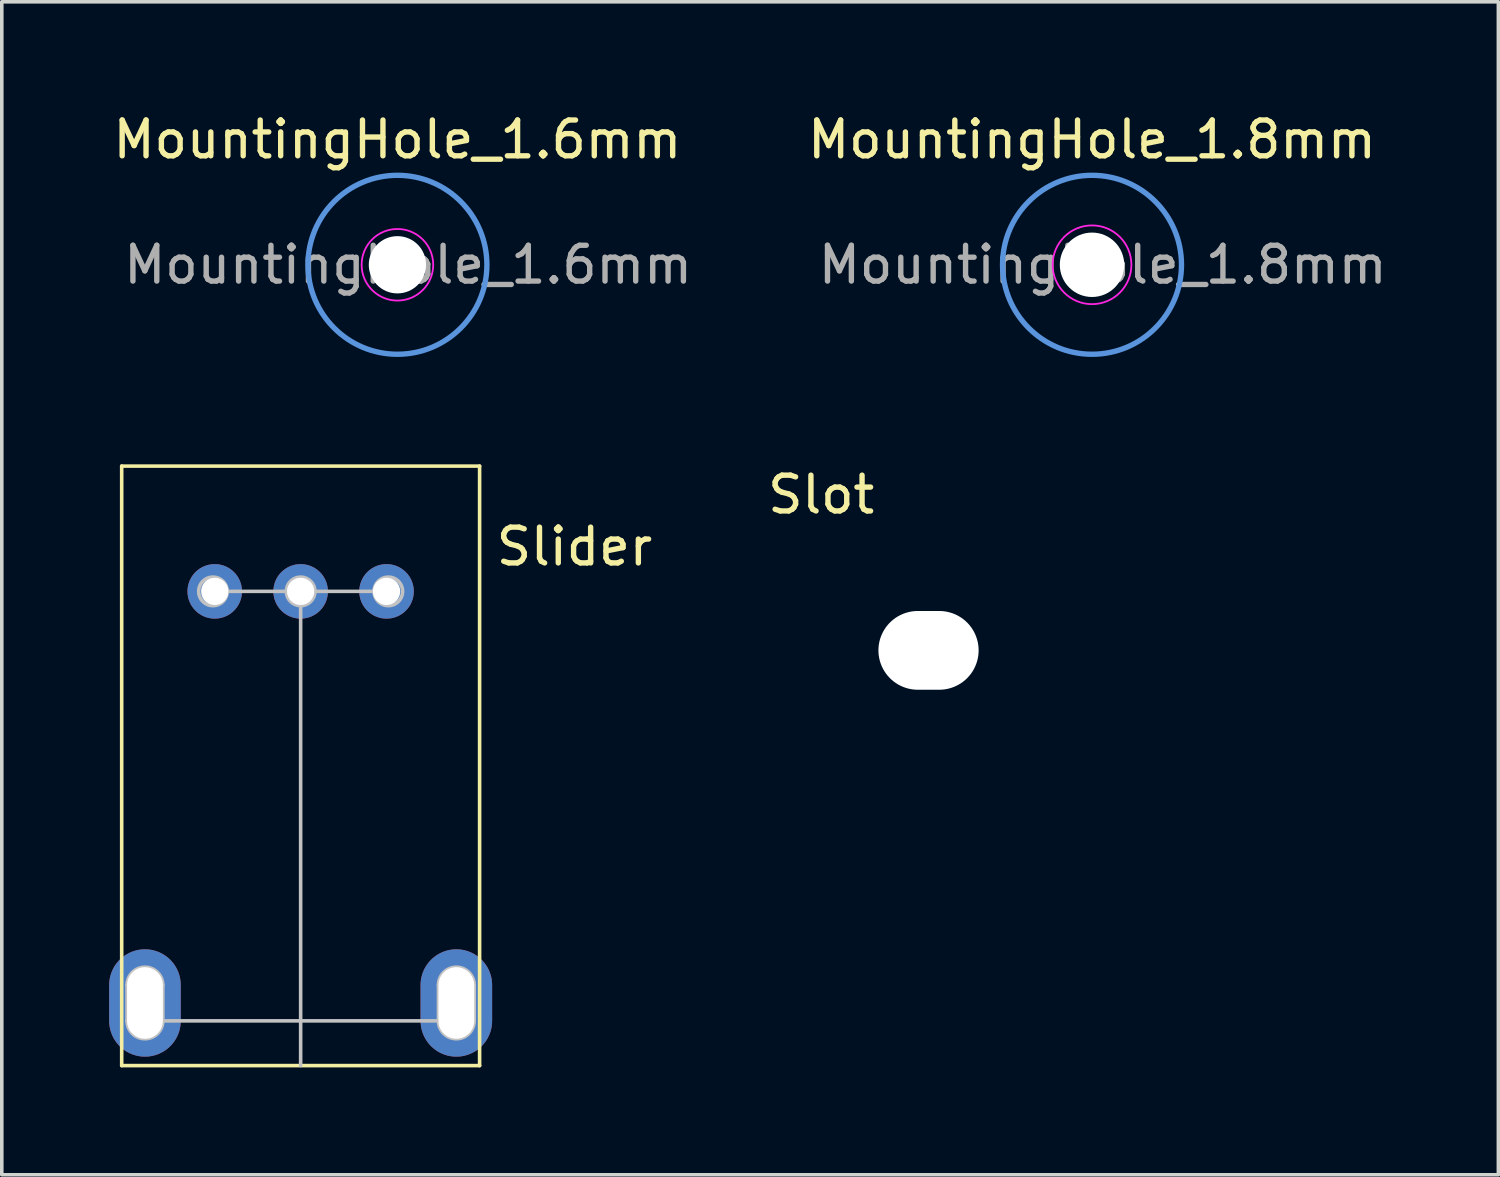
<source format=kicad_pcb>
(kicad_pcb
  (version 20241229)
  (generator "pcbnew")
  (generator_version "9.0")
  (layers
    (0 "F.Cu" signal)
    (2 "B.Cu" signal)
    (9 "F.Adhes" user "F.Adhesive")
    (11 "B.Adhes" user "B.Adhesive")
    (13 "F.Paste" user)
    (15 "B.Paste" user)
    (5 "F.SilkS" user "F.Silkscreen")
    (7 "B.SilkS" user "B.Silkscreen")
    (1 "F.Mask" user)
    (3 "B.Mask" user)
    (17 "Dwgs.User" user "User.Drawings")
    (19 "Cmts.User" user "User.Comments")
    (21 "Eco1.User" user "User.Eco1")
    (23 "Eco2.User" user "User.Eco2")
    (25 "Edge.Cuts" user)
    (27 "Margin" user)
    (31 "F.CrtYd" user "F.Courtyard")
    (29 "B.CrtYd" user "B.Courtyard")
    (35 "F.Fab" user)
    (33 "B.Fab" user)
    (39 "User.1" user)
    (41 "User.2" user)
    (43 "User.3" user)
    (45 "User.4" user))
  (footprint "Slider"
    (layer "F.Cu")
    (at 5.35 13.473)
    (property "Reference" "Slider" (at 7.65 -1.25 0) (layer "F.SilkS") (effects (font (size 1 1) (thickness 0.15))))
    (attr through_hole)
    (fp_line (start -5 -3.5) (end -5 13.25) (stroke (width 0.1) (type solid)) (layer "F.SilkS"))
    (fp_line (start -5 -3.5) (end 5 -3.5) (stroke (width 0.1) (type solid)) (layer "F.SilkS"))
    (fp_line (start -5 13.25) (end 5 13.25) (stroke (width 0.1) (type solid)) (layer "F.SilkS"))
    (fp_line (start 5 -3.5) (end 5 13.25) (stroke (width 0.1) (type solid)) (layer "F.SilkS"))
    (fp_line (start -4.85 12) (end -4.85 11) (stroke (width 0.1) (type solid)) (layer "Dwgs.User"))
    (fp_line (start -4.35 12) (end -4.35 11) (stroke (width 0.1) (type solid)) (layer "Dwgs.User"))
    (fp_line (start -4.35 12) (end 4.35 12) (stroke (width 0.1) (type solid)) (layer "Dwgs.User"))
    (fp_line (start -3.85 12) (end -3.85 11) (stroke (width 0.1) (type solid)) (layer "Dwgs.User"))
    (fp_line (start -2.45 0) (end 0 0) (stroke (width 0.1) (type solid)) (layer "Dwgs.User"))
    (fp_line (start 0 0) (end 2.45 0) (stroke (width 0.1) (type solid)) (layer "Dwgs.User"))
    (fp_line (start 0 12) (end 0 0) (stroke (width 0.1) (type solid)) (layer "Dwgs.User"))
    (fp_line (start 0 12) (end 0 13.25) (stroke (width 0.1) (type solid)) (layer "Dwgs.User"))
    (fp_line (start 3.85 12) (end 3.85 11) (stroke (width 0.1) (type solid)) (layer "Dwgs.User"))
    (fp_line (start 4.35 12) (end 4.35 11) (stroke (width 0.1) (type solid)) (layer "Dwgs.User"))
    (fp_line (start 4.85 12) (end 4.85 11) (stroke (width 0.1) (type solid)) (layer "Dwgs.User"))
    (fp_arc (start -4.85 11) (mid -4.35 10.5) (end -3.85 11) (stroke (width 0.1) (type solid)) (layer "Dwgs.User"))
    (fp_arc (start -3.85 12) (mid -4.35 12.5) (end -4.85 12) (stroke (width 0.1) (type solid)) (layer "Dwgs.User"))
    (fp_arc (start 3.85 11) (mid 4.35 10.5) (end 4.85 11) (stroke (width 0.1) (type solid)) (layer "Dwgs.User"))
    (fp_arc (start 4.85 12) (mid 4.35 12.5) (end 3.85 12) (stroke (width 0.1) (type solid)) (layer "Dwgs.User"))
    (fp_circle (center -2.45 0) (end -2.05 0) (stroke (width 0.1) (type solid)) (fill no) (layer "Dwgs.User"))
    (fp_circle (center 0 0) (end 0.4 0) (stroke (width 0.1) (type solid)) (fill no) (layer "Dwgs.User"))
    (fp_circle (center 2.45 0) (end 2.85 0) (stroke (width 0.1) (type solid)) (fill no) (layer "Dwgs.User"))
    (pad "1" thru_hole circle (at -2.4 0) (size 1.524 1.524) (drill 0.762) (layers "*.Cu" "*.Mask"))
    (pad "2" thru_hole circle (at 0 0) (size 1.524 1.524) (drill 0.762) (layers "*.Cu" "*.Mask"))
    (pad "3" thru_hole circle (at 2.4 0) (size 1.524 1.524) (drill 0.762) (layers "*.Cu" "*.Mask"))
    (pad "4" thru_hole oval (at -4.35 11.5) (size 2 3) (drill oval 1 2) (layers "*.Cu" "*.Mask"))
    (pad "4" thru_hole oval (at 4.35 11.5) (size 2 3) (drill oval 1 2) (layers "*.Cu" "*.Mask")))
  (footprint "MountingHole_1.6mm"
    (layer "F.Cu")
    (at 8.054 4.348)
    (property "Reference" "MountingHole_1.6mm" (at 0 -3.5 0) (layer "F.SilkS") (effects (font (size 1 1) (thickness 0.15))))
    (attr exclude_from_pos_files exclude_from_bom)
    (fp_circle (center 0 0) (end 2.5 0) (stroke (width 0.15) (type solid)) (fill no) (layer "Cmts.User"))
    (fp_circle (center 0 0) (end 1 0) (stroke (width 0.05) (type solid)) (fill no) (layer "F.CrtYd"))
    (fp_text user "${REFERENCE}" (at 0.3 0 0) (layer "F.Fab") (effects (font (size 1 1) (thickness 0.15))))
    (pad "" np_thru_hole circle (at 0 0) (size 1.6 1.6) (drill 1.6) (layers "*.Cu" "*.Mask")))
  (footprint "Slot"
    (layer "F.Cu")
    (at 22.893 15.121)
    (property "Reference" "Slot" (at -3 -4.35 0) (layer "F.SilkS") (effects (font (size 1 1) (thickness 0.15))))
    (attr through_hole)
    (pad "" np_thru_hole oval (at 0 0) (size 2.8 2.2) (drill oval 2.8 2.2) (layers "*.Cu" "*.Mask")))
  (footprint "MountingHole_1.8mm"
    (layer "F.Cu")
    (at 27.461 4.348)
    (property "Reference" "MountingHole_1.8mm" (at 0 -3.5 0) (layer "F.SilkS") (effects (font (size 1 1) (thickness 0.15))))
    (attr exclude_from_pos_files exclude_from_bom)
    (fp_circle (center 0 0) (end 2.5 0) (stroke (width 0.15) (type solid)) (fill no) (layer "Cmts.User"))
    (fp_circle (center 0 0) (end 1.1 0) (stroke (width 0.05) (type solid)) (fill no) (layer "F.CrtYd"))
    (fp_text user "${REFERENCE}" (at 0.3 0 0) (layer "F.Fab") (effects (font (size 1 1) (thickness 0.15))))
    (pad "" np_thru_hole circle (at 0 0) (size 1.8 1.8) (drill 1.8) (layers "*.Cu" "*.Mask")))
  (gr_rect
    (start -3 -3)
    (end 38.814 29.773)
    (stroke (width 0.1) (type default))
    (fill no)
    (layer "Edge.Cuts")))
</source>
